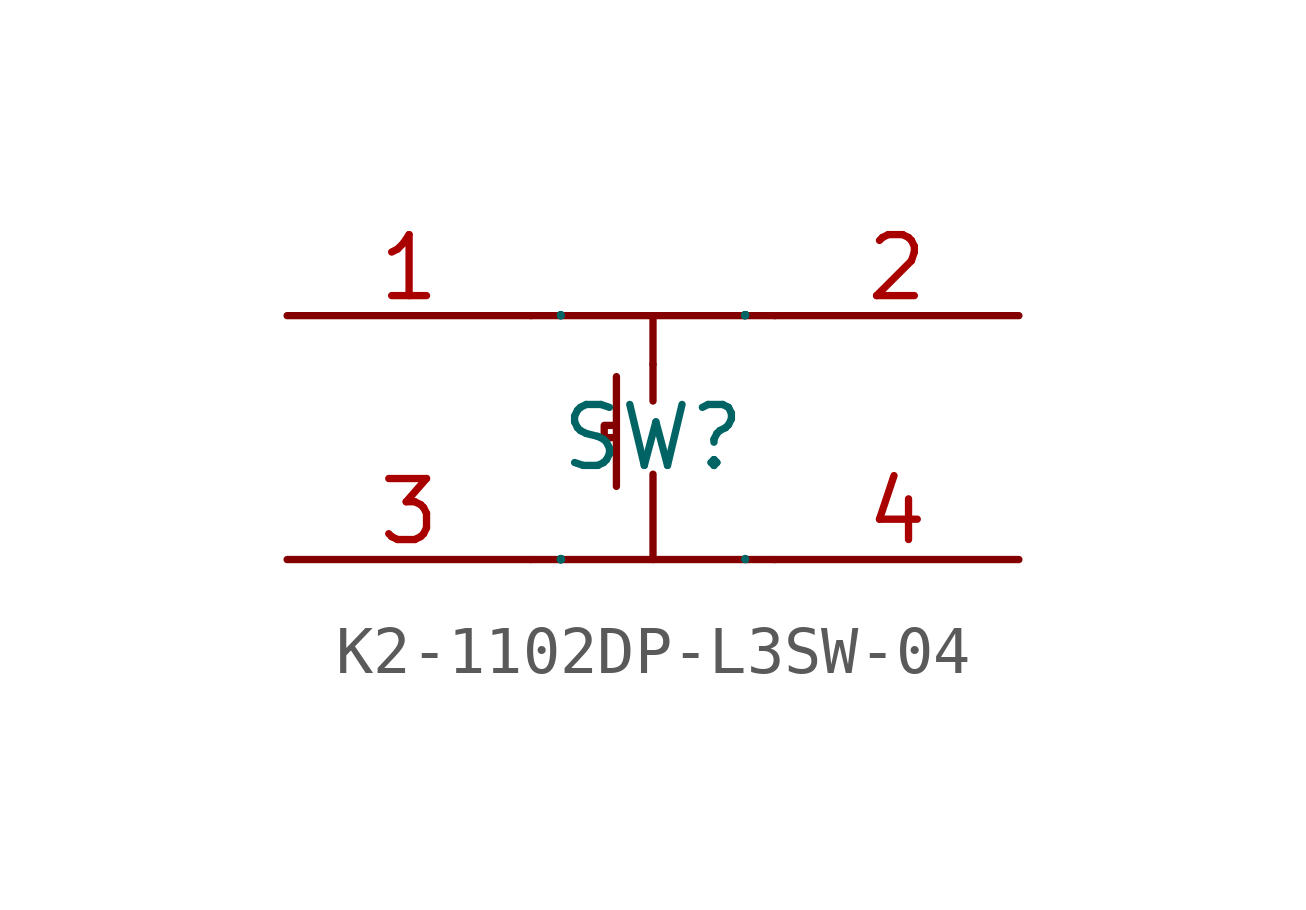
<source format=kicad_sym>
(kicad_symbol_lib
  (version 20231120)
  (generator "kicad_symbol_editor")
  (generator_version "8.0")
  (symbol "K2-1102DP-L3SW-04"
    (property "Reference" "SW"
      (at 0 0 0)
      (effects (font (size 1.27 1.27))))
    (property "Value" ""
      (at 0 0 0)
      (effects (font (size 1.27 1.27))))
    (symbol "K2-1102DP-L3SW-04_1_0"
      (polyline (pts (xy -2.54 -2.54) (xy 2.54 -2.54)) (stroke (width 0) (type default)) (fill (type none)))
      (polyline (pts (xy -2.54 2.54) (xy 2.54 2.54)) (stroke (width 0) (type default)) (fill (type none)))
      (polyline (pts (xy -0.762 1.27) (xy -0.762 -1.016)) (stroke (width 0) (type default)) (fill (type none)))
      (polyline (pts (xy 0 -2.54) (xy 0 -0.762)) (stroke (width 0) (type default)) (fill (type none)))
      (polyline (pts (xy 0 1.524) (xy 0 0.762)) (stroke (width 0) (type default)) (fill (type none)))
      (polyline (pts (xy 0 2.54) (xy 0 1.524)) (stroke (width 0) (type default)) (fill (type none)))
      (polyline (pts (xy -0.762 0.254) (xy -1.016 0.254) (xy -1.016 0.254) (xy -1.016 0) (xy -1.016 0) (xy -0.762 0)) (stroke (width 0) (type default)) (fill (type none)))
      (pin unspecified line (at -7.62 2.54 0) (length 5.08) (name "1" (effects (font (size 0.025 0.025)))) (number "1" (effects (font (size 1.27 1.27)))))
      (pin unspecified line (at 7.62 2.54 180) (length 5.08) (name "2" (effects (font (size 0.025 0.025)))) (number "2" (effects (font (size 1.27 1.27)))))
      (pin unspecified line (at -7.62 -2.54 0) (length 5.08) (name "3" (effects (font (size 0.025 0.025)))) (number "3" (effects (font (size 1.27 1.27)))))
      (pin unspecified line (at 7.62 -2.54 180) (length 5.08) (name "4" (effects (font (size 0.025 0.025)))) (number "4" (effects (font (size 1.27 1.27))))))))
</source>
